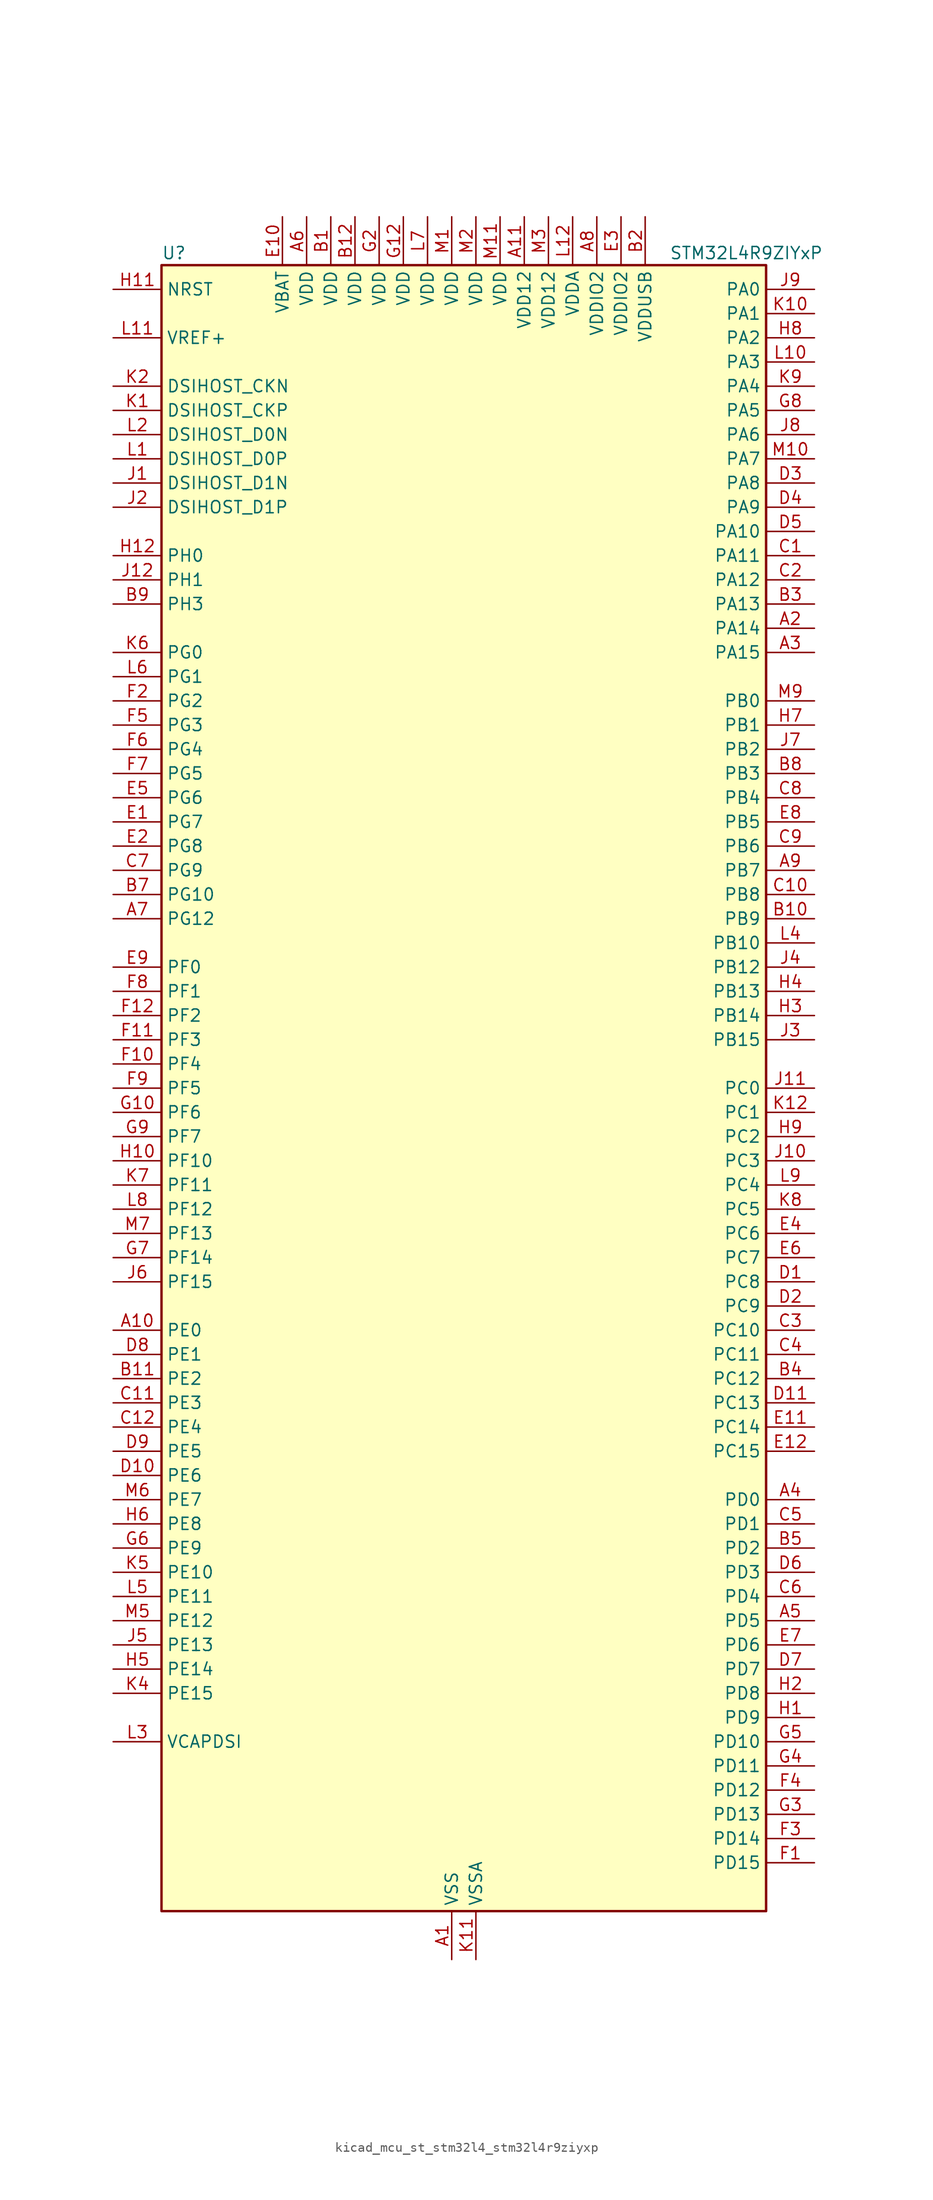
<source format=kicad_sym>
(kicad_symbol_lib
  (version 20220914)
  (generator kicad_symbol_editor)
  (symbol "kicad_mcu_st_stm32l4_stm32l4r9ziyxp"
    (property "Reference" "U"
      (at -30.48 87.63 0)
      (effects (font (size 1.27 1.27)) (justify left)))
    (property "Value" "STM32L4R9ZIYxP"
      (at 22.86 87.63 0)
      (effects (font (size 1.27 1.27)) (justify left)))
    (property "ki_locked" ""
      (at 0 0 0)
      (effects (font (size 1.27 1.27))))
    (symbol "kicad_mcu_st_stm32l4_stm32l4r9ziyxp_0_1"
      (rectangle (start -30.48 -86.36) (end 33.02 86.36) (stroke (width 0.254) (type default)) (fill (type background))))
    (symbol "kicad_mcu_st_stm32l4_stm32l4r9ziyxp_1_1"
      (pin power_in line (at 0 -91.44 90) (length 5.08) (name "VSS" (effects (font (size 1.27 1.27)))) (number "A1" (effects (font (size 1.27 1.27)))))
      (pin bidirectional line (at -35.56 -25.4 0) (length 5.08) (name "PE0" (effects (font (size 1.27 1.27)))) (number "A10" (effects (font (size 1.27 1.27)))) (alternate "DCMI_D2" bidirectional line) (alternate "FMC_NBL0" bidirectional line) (alternate "LTDC_HSYNC" bidirectional line) (alternate "TIM16_CH1" bidirectional line) (alternate "TIM4_ETR" bidirectional line))
      (pin power_in line (at 7.62 91.44 270) (length 5.08) (name "VDD12" (effects (font (size 1.27 1.27)))) (number "A11" (effects (font (size 1.27 1.27)))))
      (pin passive line (at 0 -91.44 90) (length 5.08) hide (name "VSS" (effects (font (size 1.27 1.27)))) (number "A12" (effects (font (size 1.27 1.27)))))
      (pin bidirectional line (at 38.1 48.26 180) (length 5.08) (name "PA14" (effects (font (size 1.27 1.27)))) (number "A2" (effects (font (size 1.27 1.27)))) (alternate "I2C1_SMBA" bidirectional line) (alternate "I2C4_SMBA" bidirectional line) (alternate "LPTIM1_OUT" bidirectional line) (alternate "SAI1_FS_B" bidirectional line) (alternate "SYS_JTCK-SWCLK" bidirectional line) (alternate "USB_OTG_FS_SOF" bidirectional line))
      (pin bidirectional line (at 38.1 45.72 180) (length 5.08) (name "PA15" (effects (font (size 1.27 1.27)))) (number "A3" (effects (font (size 1.27 1.27)))) (alternate "ADC1_EXTI15" bidirectional line) (alternate "SAI2_FS_B" bidirectional line) (alternate "SPI1_NSS" bidirectional line) (alternate "SPI3_NSS" bidirectional line) (alternate "SYS_JTDI" bidirectional line) (alternate "TIM2_CH1" bidirectional line) (alternate "TIM2_ETR" bidirectional line) (alternate "TSC_G3_IO1" bidirectional line) (alternate "UART4_DE" bidirectional line) (alternate "UART4_RTS" bidirectional line) (alternate "USART2_RX" bidirectional line) (alternate "USART3_DE" bidirectional line) (alternate "USART3_RTS" bidirectional line))
      (pin bidirectional line (at 38.1 -43.18 180) (length 5.08) (name "PD0" (effects (font (size 1.27 1.27)))) (number "A4" (effects (font (size 1.27 1.27)))) (alternate "CAN1_RX" bidirectional line) (alternate "DFSDM1_DATIN7" bidirectional line) (alternate "FMC_D2" bidirectional line) (alternate "FMC_DA2" bidirectional line) (alternate "LTDC_B4" bidirectional line) (alternate "SPI2_NSS" bidirectional line))
      (pin bidirectional line (at 38.1 -55.88 180) (length 5.08) (name "PD5" (effects (font (size 1.27 1.27)))) (number "A5" (effects (font (size 1.27 1.27)))) (alternate "FMC_NWE" bidirectional line) (alternate "OCTOSPIM_P1_IO5" bidirectional line) (alternate "USART2_TX" bidirectional line))
      (pin power_in line (at -15.24 91.44 270) (length 5.08) (name "VDD" (effects (font (size 1.27 1.27)))) (number "A6" (effects (font (size 1.27 1.27)))))
      (pin bidirectional line (at -35.56 17.78 0) (length 5.08) (name "PG12" (effects (font (size 1.27 1.27)))) (number "A7" (effects (font (size 1.27 1.27)))) (alternate "FMC_NE4" bidirectional line) (alternate "LPTIM1_ETR" bidirectional line) (alternate "OCTOSPIM_P2_NCS" bidirectional line) (alternate "SAI2_SD_A" bidirectional line) (alternate "SPI3_NSS" bidirectional line) (alternate "USART1_DE" bidirectional line) (alternate "USART1_RTS" bidirectional line))
      (pin power_in line (at 15.24 91.44 270) (length 5.08) (name "VDDIO2" (effects (font (size 1.27 1.27)))) (number "A8" (effects (font (size 1.27 1.27)))))
      (pin bidirectional line (at 38.1 22.86 180) (length 5.08) (name "PB7" (effects (font (size 1.27 1.27)))) (number "A9" (effects (font (size 1.27 1.27)))) (alternate "COMP2_INM" bidirectional line) (alternate "DCMI_VSYNC" bidirectional line) (alternate "DFSDM1_CKIN5" bidirectional line) (alternate "DSIHOST_TE" bidirectional line) (alternate "FMC_NL" bidirectional line) (alternate "I2C1_SDA" bidirectional line) (alternate "I2C4_SDA" bidirectional line) (alternate "LPTIM1_IN2" bidirectional line) (alternate "SYS_PVD_IN" bidirectional line) (alternate "TIM17_CH1N" bidirectional line) (alternate "TIM4_CH2" bidirectional line) (alternate "TIM8_BKIN" bidirectional line) (alternate "TSC_G2_IO4" bidirectional line) (alternate "UART4_CTS" bidirectional line) (alternate "USART1_RX" bidirectional line))
      (pin power_in line (at -12.7 91.44 270) (length 5.08) (name "VDD" (effects (font (size 1.27 1.27)))) (number "B1" (effects (font (size 1.27 1.27)))))
      (pin bidirectional line (at 38.1 17.78 180) (length 5.08) (name "PB9" (effects (font (size 1.27 1.27)))) (number "B10" (effects (font (size 1.27 1.27)))) (alternate "CAN1_TX" bidirectional line) (alternate "DAC1_EXTI9" bidirectional line) (alternate "DCMI_D7" bidirectional line) (alternate "DFSDM1_CKIN6" bidirectional line) (alternate "I2C1_SDA" bidirectional line) (alternate "IR_OUT" bidirectional line) (alternate "SAI1_D2" bidirectional line) (alternate "SAI1_FS_A" bidirectional line) (alternate "SDMMC1_CDIR" bidirectional line) (alternate "SDMMC1_D5" bidirectional line) (alternate "SPI2_NSS" bidirectional line) (alternate "TIM17_CH1" bidirectional line) (alternate "TIM4_CH4" bidirectional line))
      (pin bidirectional line (at -35.56 -30.48 0) (length 5.08) (name "PE2" (effects (font (size 1.27 1.27)))) (number "B11" (effects (font (size 1.27 1.27)))) (alternate "FMC_A23" bidirectional line) (alternate "LTDC_R0" bidirectional line) (alternate "SAI1_CK1" bidirectional line) (alternate "SAI1_MCLK_A" bidirectional line) (alternate "SYS_TRACECLK" bidirectional line) (alternate "TIM3_ETR" bidirectional line) (alternate "TSC_G7_IO1" bidirectional line))
      (pin power_in line (at -10.16 91.44 270) (length 5.08) (name "VDD" (effects (font (size 1.27 1.27)))) (number "B12" (effects (font (size 1.27 1.27)))))
      (pin power_in line (at 20.32 91.44 270) (length 5.08) (name "VDDUSB" (effects (font (size 1.27 1.27)))) (number "B2" (effects (font (size 1.27 1.27)))))
      (pin bidirectional line (at 38.1 50.8 180) (length 5.08) (name "PA13" (effects (font (size 1.27 1.27)))) (number "B3" (effects (font (size 1.27 1.27)))) (alternate "IR_OUT" bidirectional line) (alternate "SAI1_SD_B" bidirectional line) (alternate "SYS_JTMS-SWDIO" bidirectional line) (alternate "USB_OTG_FS_NOE" bidirectional line))
      (pin bidirectional line (at 38.1 -30.48 180) (length 5.08) (name "PC12" (effects (font (size 1.27 1.27)))) (number "B4" (effects (font (size 1.27 1.27)))) (alternate "DCMI_D9" bidirectional line) (alternate "SAI2_SD_B" bidirectional line) (alternate "SDMMC1_CK" bidirectional line) (alternate "SPI3_MOSI" bidirectional line) (alternate "SYS_TRACED3" bidirectional line) (alternate "TSC_G3_IO4" bidirectional line) (alternate "UART5_TX" bidirectional line) (alternate "USART3_CK" bidirectional line))
      (pin bidirectional line (at 38.1 -48.26 180) (length 5.08) (name "PD2" (effects (font (size 1.27 1.27)))) (number "B5" (effects (font (size 1.27 1.27)))) (alternate "DCMI_D11" bidirectional line) (alternate "SDMMC1_CMD" bidirectional line) (alternate "SYS_TRACED2" bidirectional line) (alternate "TIM3_ETR" bidirectional line) (alternate "TSC_SYNC" bidirectional line) (alternate "UART5_RX" bidirectional line) (alternate "USART3_DE" bidirectional line) (alternate "USART3_RTS" bidirectional line))
      (pin passive line (at 0 -91.44 90) (length 5.08) hide (name "VSS" (effects (font (size 1.27 1.27)))) (number "B6" (effects (font (size 1.27 1.27)))))
      (pin bidirectional line (at -35.56 20.32 0) (length 5.08) (name "PG10" (effects (font (size 1.27 1.27)))) (number "B7" (effects (font (size 1.27 1.27)))) (alternate "FMC_NE3" bidirectional line) (alternate "LPTIM1_IN1" bidirectional line) (alternate "OCTOSPIM_P2_IO7" bidirectional line) (alternate "SAI2_FS_A" bidirectional line) (alternate "SPI3_MISO" bidirectional line) (alternate "TIM15_CH1" bidirectional line) (alternate "USART1_RX" bidirectional line))
      (pin bidirectional line (at 38.1 33.02 180) (length 5.08) (name "PB3" (effects (font (size 1.27 1.27)))) (number "B8" (effects (font (size 1.27 1.27)))) (alternate "COMP2_INM" bidirectional line) (alternate "CRS_SYNC" bidirectional line) (alternate "SAI1_SCK_B" bidirectional line) (alternate "SPI1_SCK" bidirectional line) (alternate "SPI3_SCK" bidirectional line) (alternate "SYS_JTDO-SWO" bidirectional line) (alternate "TIM2_CH2" bidirectional line) (alternate "USART1_DE" bidirectional line) (alternate "USART1_RTS" bidirectional line))
      (pin bidirectional line (at -35.56 50.8 0) (length 5.08) (name "PH3" (effects (font (size 1.27 1.27)))) (number "B9" (effects (font (size 1.27 1.27)))))
      (pin bidirectional line (at 38.1 55.88 180) (length 5.08) (name "PA11" (effects (font (size 1.27 1.27)))) (number "C1" (effects (font (size 1.27 1.27)))) (alternate "ADC1_EXTI11" bidirectional line) (alternate "CAN1_RX" bidirectional line) (alternate "SPI1_MISO" bidirectional line) (alternate "TIM1_BKIN2" bidirectional line) (alternate "TIM1_CH4" bidirectional line) (alternate "USART1_CTS" bidirectional line) (alternate "USART1_NSS" bidirectional line) (alternate "USB_OTG_FS_DM" bidirectional line))
      (pin bidirectional line (at 38.1 20.32 180) (length 5.08) (name "PB8" (effects (font (size 1.27 1.27)))) (number "C10" (effects (font (size 1.27 1.27)))) (alternate "CAN1_RX" bidirectional line) (alternate "DCMI_D6" bidirectional line) (alternate "DFSDM1_CKOUT" bidirectional line) (alternate "DFSDM1_DATIN6" bidirectional line) (alternate "I2C1_SCL" bidirectional line) (alternate "LTDC_B1" bidirectional line) (alternate "SAI1_CK1" bidirectional line) (alternate "SAI1_MCLK_A" bidirectional line) (alternate "SDMMC1_CKIN" bidirectional line) (alternate "SDMMC1_D4" bidirectional line) (alternate "TIM16_CH1" bidirectional line) (alternate "TIM4_CH3" bidirectional line))
      (pin bidirectional line (at -35.56 -33.02 0) (length 5.08) (name "PE3" (effects (font (size 1.27 1.27)))) (number "C11" (effects (font (size 1.27 1.27)))) (alternate "FMC_A19" bidirectional line) (alternate "LTDC_R1" bidirectional line) (alternate "OCTOSPIM_P1_DQS" bidirectional line) (alternate "SAI1_SD_B" bidirectional line) (alternate "SYS_TRACED0" bidirectional line) (alternate "TIM3_CH1" bidirectional line) (alternate "TSC_G7_IO2" bidirectional line))
      (pin bidirectional line (at -35.56 -35.56 0) (length 5.08) (name "PE4" (effects (font (size 1.27 1.27)))) (number "C12" (effects (font (size 1.27 1.27)))) (alternate "DCMI_D4" bidirectional line) (alternate "DFSDM1_DATIN3" bidirectional line) (alternate "FMC_A20" bidirectional line) (alternate "LTDC_B0" bidirectional line) (alternate "SAI1_D2" bidirectional line) (alternate "SAI1_FS_A" bidirectional line) (alternate "SYS_TRACED1" bidirectional line) (alternate "TIM3_CH2" bidirectional line) (alternate "TSC_G7_IO3" bidirectional line))
      (pin bidirectional line (at 38.1 53.34 180) (length 5.08) (name "PA12" (effects (font (size 1.27 1.27)))) (number "C2" (effects (font (size 1.27 1.27)))) (alternate "CAN1_TX" bidirectional line) (alternate "SPI1_MOSI" bidirectional line) (alternate "TIM1_ETR" bidirectional line) (alternate "USART1_DE" bidirectional line) (alternate "USART1_RTS" bidirectional line) (alternate "USB_OTG_FS_DP" bidirectional line))
      (pin bidirectional line (at 38.1 -25.4 180) (length 5.08) (name "PC10" (effects (font (size 1.27 1.27)))) (number "C3" (effects (font (size 1.27 1.27)))) (alternate "DCMI_D8" bidirectional line) (alternate "SAI2_SCK_B" bidirectional line) (alternate "SDMMC1_D2" bidirectional line) (alternate "SPI3_SCK" bidirectional line) (alternate "SYS_TRACED1" bidirectional line) (alternate "TSC_G3_IO2" bidirectional line) (alternate "UART4_TX" bidirectional line) (alternate "USART3_TX" bidirectional line))
      (pin bidirectional line (at 38.1 -27.94 180) (length 5.08) (name "PC11" (effects (font (size 1.27 1.27)))) (number "C4" (effects (font (size 1.27 1.27)))) (alternate "ADC1_EXTI11" bidirectional line) (alternate "DCMI_D2" bidirectional line) (alternate "DCMI_D4" bidirectional line) (alternate "OCTOSPIM_P1_NCS" bidirectional line) (alternate "SAI2_MCLK_B" bidirectional line) (alternate "SDMMC1_D3" bidirectional line) (alternate "SPI3_MISO" bidirectional line) (alternate "TSC_G3_IO3" bidirectional line) (alternate "UART4_RX" bidirectional line) (alternate "USART3_RX" bidirectional line))
      (pin bidirectional line (at 38.1 -45.72 180) (length 5.08) (name "PD1" (effects (font (size 1.27 1.27)))) (number "C5" (effects (font (size 1.27 1.27)))) (alternate "CAN1_TX" bidirectional line) (alternate "DFSDM1_CKIN7" bidirectional line) (alternate "FMC_D3" bidirectional line) (alternate "FMC_DA3" bidirectional line) (alternate "LTDC_B5" bidirectional line) (alternate "SPI2_SCK" bidirectional line))
      (pin bidirectional line (at 38.1 -53.34 180) (length 5.08) (name "PD4" (effects (font (size 1.27 1.27)))) (number "C6" (effects (font (size 1.27 1.27)))) (alternate "DFSDM1_CKIN0" bidirectional line) (alternate "FMC_NOE" bidirectional line) (alternate "OCTOSPIM_P1_IO4" bidirectional line) (alternate "SPI2_MOSI" bidirectional line) (alternate "USART2_DE" bidirectional line) (alternate "USART2_RTS" bidirectional line))
      (pin bidirectional line (at -35.56 22.86 0) (length 5.08) (name "PG9" (effects (font (size 1.27 1.27)))) (number "C7" (effects (font (size 1.27 1.27)))) (alternate "DAC1_EXTI9" bidirectional line) (alternate "FMC_NCE" bidirectional line) (alternate "FMC_NE2" bidirectional line) (alternate "OCTOSPIM_P2_IO6" bidirectional line) (alternate "SAI2_SCK_A" bidirectional line) (alternate "SPI3_SCK" bidirectional line) (alternate "TIM15_CH1N" bidirectional line) (alternate "USART1_TX" bidirectional line))
      (pin bidirectional line (at 38.1 30.48 180) (length 5.08) (name "PB4" (effects (font (size 1.27 1.27)))) (number "C8" (effects (font (size 1.27 1.27)))) (alternate "COMP2_INP" bidirectional line) (alternate "DCMI_D12" bidirectional line) (alternate "I2C3_SDA" bidirectional line) (alternate "SAI1_MCLK_B" bidirectional line) (alternate "SPI1_MISO" bidirectional line) (alternate "SPI3_MISO" bidirectional line) (alternate "SYS_JTRST" bidirectional line) (alternate "TIM17_BKIN" bidirectional line) (alternate "TIM3_CH1" bidirectional line) (alternate "TSC_G2_IO1" bidirectional line) (alternate "UART5_DE" bidirectional line) (alternate "UART5_RTS" bidirectional line) (alternate "USART1_CTS" bidirectional line) (alternate "USART1_NSS" bidirectional line))
      (pin bidirectional line (at 38.1 25.4 180) (length 5.08) (name "PB6" (effects (font (size 1.27 1.27)))) (number "C9" (effects (font (size 1.27 1.27)))) (alternate "COMP2_INP" bidirectional line) (alternate "DCMI_D5" bidirectional line) (alternate "DFSDM1_DATIN5" bidirectional line) (alternate "I2C1_SCL" bidirectional line) (alternate "I2C4_SCL" bidirectional line) (alternate "LPTIM1_ETR" bidirectional line) (alternate "SAI1_FS_B" bidirectional line) (alternate "TIM16_CH1N" bidirectional line) (alternate "TIM4_CH1" bidirectional line) (alternate "TIM8_BKIN2" bidirectional line) (alternate "TSC_G2_IO3" bidirectional line) (alternate "USART1_TX" bidirectional line))
      (pin bidirectional line (at 38.1 -20.32 180) (length 5.08) (name "PC8" (effects (font (size 1.27 1.27)))) (number "D1" (effects (font (size 1.27 1.27)))) (alternate "DCMI_D2" bidirectional line) (alternate "SDMMC1_D0" bidirectional line) (alternate "TIM3_CH3" bidirectional line) (alternate "TIM8_CH3" bidirectional line) (alternate "TSC_G4_IO3" bidirectional line))
      (pin bidirectional line (at -35.56 -40.64 0) (length 5.08) (name "PE6" (effects (font (size 1.27 1.27)))) (number "D10" (effects (font (size 1.27 1.27)))) (alternate "DCMI_D7" bidirectional line) (alternate "FMC_A22" bidirectional line) (alternate "LTDC_G1" bidirectional line) (alternate "RTC_TAMP3" bidirectional line) (alternate "SAI1_D1" bidirectional line) (alternate "SAI1_SD_A" bidirectional line) (alternate "SYS_TRACED3" bidirectional line) (alternate "SYS_WKUP3" bidirectional line) (alternate "TIM3_CH4" bidirectional line))
      (pin bidirectional line (at 38.1 -33.02 180) (length 5.08) (name "PC13" (effects (font (size 1.27 1.27)))) (number "D11" (effects (font (size 1.27 1.27)))) (alternate "RTC_OUT_ALARM" bidirectional line) (alternate "RTC_OUT_CALIB" bidirectional line) (alternate "RTC_TAMP1" bidirectional line) (alternate "RTC_TS" bidirectional line) (alternate "SYS_WKUP2" bidirectional line))
      (pin passive line (at 0 -91.44 90) (length 5.08) hide (name "VSS" (effects (font (size 1.27 1.27)))) (number "D12" (effects (font (size 1.27 1.27)))))
      (pin bidirectional line (at 38.1 -22.86 180) (length 5.08) (name "PC9" (effects (font (size 1.27 1.27)))) (number "D2" (effects (font (size 1.27 1.27)))) (alternate "DAC1_EXTI9" bidirectional line) (alternate "DCMI_D3" bidirectional line) (alternate "I2C3_SDA" bidirectional line) (alternate "SAI2_EXTCLK" bidirectional line) (alternate "SDMMC1_D1" bidirectional line) (alternate "SYS_TRACED0" bidirectional line) (alternate "TIM3_CH4" bidirectional line) (alternate "TIM8_BKIN2" bidirectional line) (alternate "TIM8_CH4" bidirectional line) (alternate "TSC_G4_IO4" bidirectional line) (alternate "USB_OTG_FS_NOE" bidirectional line))
      (pin bidirectional line (at 38.1 63.5 180) (length 5.08) (name "PA8" (effects (font (size 1.27 1.27)))) (number "D3" (effects (font (size 1.27 1.27)))) (alternate "LPTIM2_OUT" bidirectional line) (alternate "RCC_MCO" bidirectional line) (alternate "SAI1_CK2" bidirectional line) (alternate "SAI1_SCK_A" bidirectional line) (alternate "TIM1_CH1" bidirectional line) (alternate "USART1_CK" bidirectional line) (alternate "USB_OTG_FS_SOF" bidirectional line))
      (pin bidirectional line (at 38.1 60.96 180) (length 5.08) (name "PA9" (effects (font (size 1.27 1.27)))) (number "D4" (effects (font (size 1.27 1.27)))) (alternate "DAC1_EXTI9" bidirectional line) (alternate "DCMI_D0" bidirectional line) (alternate "SAI1_FS_A" bidirectional line) (alternate "SPI2_SCK" bidirectional line) (alternate "TIM15_BKIN" bidirectional line) (alternate "TIM1_CH2" bidirectional line) (alternate "USART1_TX" bidirectional line) (alternate "USB_OTG_FS_VBUS" bidirectional line))
      (pin bidirectional line (at 38.1 58.42 180) (length 5.08) (name "PA10" (effects (font (size 1.27 1.27)))) (number "D5" (effects (font (size 1.27 1.27)))) (alternate "DCMI_D1" bidirectional line) (alternate "SAI1_D1" bidirectional line) (alternate "SAI1_SD_A" bidirectional line) (alternate "TIM17_BKIN" bidirectional line) (alternate "TIM1_CH3" bidirectional line) (alternate "USART1_RX" bidirectional line) (alternate "USB_OTG_FS_ID" bidirectional line))
      (pin bidirectional line (at 38.1 -50.8 180) (length 5.08) (name "PD3" (effects (font (size 1.27 1.27)))) (number "D6" (effects (font (size 1.27 1.27)))) (alternate "DCMI_D5" bidirectional line) (alternate "DFSDM1_DATIN0" bidirectional line) (alternate "FMC_CLK" bidirectional line) (alternate "LTDC_CLK" bidirectional line) (alternate "OCTOSPIM_P2_NCS" bidirectional line) (alternate "SPI2_MISO" bidirectional line) (alternate "SPI2_SCK" bidirectional line) (alternate "USART2_CTS" bidirectional line) (alternate "USART2_NSS" bidirectional line))
      (pin bidirectional line (at 38.1 -60.96 180) (length 5.08) (name "PD7" (effects (font (size 1.27 1.27)))) (number "D7" (effects (font (size 1.27 1.27)))) (alternate "DFSDM1_CKIN1" bidirectional line) (alternate "FMC_NCE" bidirectional line) (alternate "FMC_NE1" bidirectional line) (alternate "OCTOSPIM_P1_IO7" bidirectional line) (alternate "USART2_CK" bidirectional line))
      (pin bidirectional line (at -35.56 -27.94 0) (length 5.08) (name "PE1" (effects (font (size 1.27 1.27)))) (number "D8" (effects (font (size 1.27 1.27)))) (alternate "DCMI_D3" bidirectional line) (alternate "FMC_NBL1" bidirectional line) (alternate "LTDC_VSYNC" bidirectional line) (alternate "TIM17_CH1" bidirectional line))
      (pin bidirectional line (at -35.56 -38.1 0) (length 5.08) (name "PE5" (effects (font (size 1.27 1.27)))) (number "D9" (effects (font (size 1.27 1.27)))) (alternate "DCMI_D6" bidirectional line) (alternate "DFSDM1_CKIN3" bidirectional line) (alternate "FMC_A21" bidirectional line) (alternate "LTDC_G0" bidirectional line) (alternate "SAI1_CK2" bidirectional line) (alternate "SAI1_SCK_A" bidirectional line) (alternate "SYS_TRACED2" bidirectional line) (alternate "TIM3_CH3" bidirectional line) (alternate "TSC_G7_IO4" bidirectional line))
      (pin bidirectional line (at -35.56 27.94 0) (length 5.08) (name "PG7" (effects (font (size 1.27 1.27)))) (number "E1" (effects (font (size 1.27 1.27)))) (alternate "DFSDM1_CKOUT" bidirectional line) (alternate "FMC_INT" bidirectional line) (alternate "I2C3_SCL" bidirectional line) (alternate "LPUART1_TX" bidirectional line) (alternate "OCTOSPIM_P2_DQS" bidirectional line) (alternate "SAI1_CK1" bidirectional line) (alternate "SAI1_MCLK_A" bidirectional line))
      (pin power_in line (at -17.78 91.44 270) (length 5.08) (name "VBAT" (effects (font (size 1.27 1.27)))) (number "E10" (effects (font (size 1.27 1.27)))))
      (pin bidirectional line (at 38.1 -35.56 180) (length 5.08) (name "PC14" (effects (font (size 1.27 1.27)))) (number "E11" (effects (font (size 1.27 1.27)))) (alternate "RCC_OSC32_IN" bidirectional line))
      (pin bidirectional line (at 38.1 -38.1 180) (length 5.08) (name "PC15" (effects (font (size 1.27 1.27)))) (number "E12" (effects (font (size 1.27 1.27)))) (alternate "ADC1_EXTI15" bidirectional line) (alternate "RCC_OSC32_OUT" bidirectional line))
      (pin bidirectional line (at -35.56 25.4 0) (length 5.08) (name "PG8" (effects (font (size 1.27 1.27)))) (number "E2" (effects (font (size 1.27 1.27)))) (alternate "I2C3_SDA" bidirectional line) (alternate "LPUART1_RX" bidirectional line))
      (pin power_in line (at 17.78 91.44 270) (length 5.08) (name "VDDIO2" (effects (font (size 1.27 1.27)))) (number "E3" (effects (font (size 1.27 1.27)))))
      (pin bidirectional line (at 38.1 -15.24 180) (length 5.08) (name "PC6" (effects (font (size 1.27 1.27)))) (number "E4" (effects (font (size 1.27 1.27)))) (alternate "DCMI_D0" bidirectional line) (alternate "DFSDM1_CKIN3" bidirectional line) (alternate "LTDC_R0" bidirectional line) (alternate "SAI2_MCLK_A" bidirectional line) (alternate "SDMMC1_D0DIR" bidirectional line) (alternate "SDMMC1_D6" bidirectional line) (alternate "TIM3_CH1" bidirectional line) (alternate "TIM8_CH1" bidirectional line) (alternate "TSC_G4_IO1" bidirectional line))
      (pin bidirectional line (at -35.56 30.48 0) (length 5.08) (name "PG6" (effects (font (size 1.27 1.27)))) (number "E5" (effects (font (size 1.27 1.27)))) (alternate "DSIHOST_TE" bidirectional line) (alternate "I2C3_SMBA" bidirectional line) (alternate "LPUART1_DE" bidirectional line) (alternate "LPUART1_RTS" bidirectional line) (alternate "LTDC_R1" bidirectional line) (alternate "OCTOSPIM_P1_DQS" bidirectional line))
      (pin bidirectional line (at 38.1 -17.78 180) (length 5.08) (name "PC7" (effects (font (size 1.27 1.27)))) (number "E6" (effects (font (size 1.27 1.27)))) (alternate "DCMI_D1" bidirectional line) (alternate "DFSDM1_DATIN3" bidirectional line) (alternate "LTDC_R1" bidirectional line) (alternate "SAI2_MCLK_B" bidirectional line) (alternate "SDMMC1_D123DIR" bidirectional line) (alternate "SDMMC1_D7" bidirectional line) (alternate "TIM3_CH2" bidirectional line) (alternate "TIM8_CH2" bidirectional line) (alternate "TSC_G4_IO2" bidirectional line))
      (pin bidirectional line (at 38.1 -58.42 180) (length 5.08) (name "PD6" (effects (font (size 1.27 1.27)))) (number "E7" (effects (font (size 1.27 1.27)))) (alternate "DCMI_D10" bidirectional line) (alternate "DFSDM1_DATIN1" bidirectional line) (alternate "FMC_NWAIT" bidirectional line) (alternate "LTDC_DE" bidirectional line) (alternate "OCTOSPIM_P1_IO6" bidirectional line) (alternate "SAI1_D1" bidirectional line) (alternate "SAI1_SD_A" bidirectional line) (alternate "SPI3_MOSI" bidirectional line) (alternate "USART2_RX" bidirectional line))
      (pin bidirectional line (at 38.1 27.94 180) (length 5.08) (name "PB5" (effects (font (size 1.27 1.27)))) (number "E8" (effects (font (size 1.27 1.27)))) (alternate "COMP2_OUT" bidirectional line) (alternate "DCMI_D10" bidirectional line) (alternate "I2C1_SMBA" bidirectional line) (alternate "LPTIM1_IN1" bidirectional line) (alternate "SAI1_SD_B" bidirectional line) (alternate "SPI1_MOSI" bidirectional line) (alternate "SPI3_MOSI" bidirectional line) (alternate "TIM16_BKIN" bidirectional line) (alternate "TIM3_CH2" bidirectional line) (alternate "TSC_G2_IO2" bidirectional line) (alternate "UART5_CTS" bidirectional line) (alternate "USART1_CK" bidirectional line))
      (pin bidirectional line (at -35.56 12.7 0) (length 5.08) (name "PF0" (effects (font (size 1.27 1.27)))) (number "E9" (effects (font (size 1.27 1.27)))) (alternate "FMC_A0" bidirectional line) (alternate "I2C2_SDA" bidirectional line) (alternate "OCTOSPIM_P2_IO0" bidirectional line))
      (pin bidirectional line (at 38.1 -81.28 180) (length 5.08) (name "PD15" (effects (font (size 1.27 1.27)))) (number "F1" (effects (font (size 1.27 1.27)))) (alternate "ADC1_EXTI15" bidirectional line) (alternate "FMC_D1" bidirectional line) (alternate "FMC_DA1" bidirectional line) (alternate "LTDC_B3" bidirectional line) (alternate "TIM4_CH4" bidirectional line))
      (pin bidirectional line (at -35.56 2.54 0) (length 5.08) (name "PF4" (effects (font (size 1.27 1.27)))) (number "F10" (effects (font (size 1.27 1.27)))) (alternate "FMC_A4" bidirectional line) (alternate "OCTOSPIM_P2_CLK" bidirectional line))
      (pin bidirectional line (at -35.56 5.08 0) (length 5.08) (name "PF3" (effects (font (size 1.27 1.27)))) (number "F11" (effects (font (size 1.27 1.27)))) (alternate "FMC_A3" bidirectional line) (alternate "OCTOSPIM_P2_IO3" bidirectional line))
      (pin bidirectional line (at -35.56 7.62 0) (length 5.08) (name "PF2" (effects (font (size 1.27 1.27)))) (number "F12" (effects (font (size 1.27 1.27)))) (alternate "FMC_A2" bidirectional line) (alternate "I2C2_SMBA" bidirectional line) (alternate "OCTOSPIM_P2_IO2" bidirectional line))
      (pin bidirectional line (at -35.56 40.64 0) (length 5.08) (name "PG2" (effects (font (size 1.27 1.27)))) (number "F2" (effects (font (size 1.27 1.27)))) (alternate "FMC_A12" bidirectional line) (alternate "SAI2_SCK_B" bidirectional line) (alternate "SPI1_SCK" bidirectional line))
      (pin bidirectional line (at 38.1 -78.74 180) (length 5.08) (name "PD14" (effects (font (size 1.27 1.27)))) (number "F3" (effects (font (size 1.27 1.27)))) (alternate "FMC_D0" bidirectional line) (alternate "FMC_DA0" bidirectional line) (alternate "LTDC_B2" bidirectional line) (alternate "TIM4_CH3" bidirectional line))
      (pin bidirectional line (at 38.1 -73.66 180) (length 5.08) (name "PD12" (effects (font (size 1.27 1.27)))) (number "F4" (effects (font (size 1.27 1.27)))) (alternate "FMC_A17" bidirectional line) (alternate "FMC_ALE" bidirectional line) (alternate "I2C4_SCL" bidirectional line) (alternate "LPTIM2_IN1" bidirectional line) (alternate "LTDC_R7" bidirectional line) (alternate "SAI2_FS_A" bidirectional line) (alternate "TIM4_CH1" bidirectional line) (alternate "TSC_G6_IO3" bidirectional line) (alternate "USART3_DE" bidirectional line) (alternate "USART3_RTS" bidirectional line))
      (pin bidirectional line (at -35.56 38.1 0) (length 5.08) (name "PG3" (effects (font (size 1.27 1.27)))) (number "F5" (effects (font (size 1.27 1.27)))) (alternate "FMC_A13" bidirectional line) (alternate "SAI2_FS_B" bidirectional line) (alternate "SPI1_MISO" bidirectional line))
      (pin bidirectional line (at -35.56 35.56 0) (length 5.08) (name "PG4" (effects (font (size 1.27 1.27)))) (number "F6" (effects (font (size 1.27 1.27)))) (alternate "FMC_A14" bidirectional line) (alternate "SAI2_MCLK_B" bidirectional line) (alternate "SPI1_MOSI" bidirectional line))
      (pin bidirectional line (at -35.56 33.02 0) (length 5.08) (name "PG5" (effects (font (size 1.27 1.27)))) (number "F7" (effects (font (size 1.27 1.27)))) (alternate "FMC_A15" bidirectional line) (alternate "LPUART1_CTS" bidirectional line) (alternate "SAI2_SD_B" bidirectional line) (alternate "SPI1_NSS" bidirectional line))
      (pin bidirectional line (at -35.56 10.16 0) (length 5.08) (name "PF1" (effects (font (size 1.27 1.27)))) (number "F8" (effects (font (size 1.27 1.27)))) (alternate "FMC_A1" bidirectional line) (alternate "I2C2_SCL" bidirectional line) (alternate "OCTOSPIM_P2_IO1" bidirectional line))
      (pin bidirectional line (at -35.56 0 0) (length 5.08) (name "PF5" (effects (font (size 1.27 1.27)))) (number "F9" (effects (font (size 1.27 1.27)))) (alternate "FMC_A5" bidirectional line))
      (pin passive line (at 0 -91.44 90) (length 5.08) hide (name "VSS" (effects (font (size 1.27 1.27)))) (number "G1" (effects (font (size 1.27 1.27)))))
      (pin bidirectional line (at -35.56 -2.54 0) (length 5.08) (name "PF6" (effects (font (size 1.27 1.27)))) (number "G10" (effects (font (size 1.27 1.27)))) (alternate "OCTOSPIM_P1_IO3" bidirectional line) (alternate "SAI1_SD_B" bidirectional line) (alternate "TIM5_CH1" bidirectional line) (alternate "TIM5_ETR" bidirectional line))
      (pin passive line (at 0 -91.44 90) (length 5.08) hide (name "VSS" (effects (font (size 1.27 1.27)))) (number "G11" (effects (font (size 1.27 1.27)))))
      (pin power_in line (at -5.08 91.44 270) (length 5.08) (name "VDD" (effects (font (size 1.27 1.27)))) (number "G12" (effects (font (size 1.27 1.27)))))
      (pin power_in line (at -7.62 91.44 270) (length 5.08) (name "VDD" (effects (font (size 1.27 1.27)))) (number "G2" (effects (font (size 1.27 1.27)))))
      (pin bidirectional line (at 38.1 -76.2 180) (length 5.08) (name "PD13" (effects (font (size 1.27 1.27)))) (number "G3" (effects (font (size 1.27 1.27)))) (alternate "FMC_A18" bidirectional line) (alternate "I2C4_SDA" bidirectional line) (alternate "LPTIM2_OUT" bidirectional line) (alternate "TIM4_CH2" bidirectional line) (alternate "TSC_G6_IO4" bidirectional line))
      (pin bidirectional line (at 38.1 -71.12 180) (length 5.08) (name "PD11" (effects (font (size 1.27 1.27)))) (number "G4" (effects (font (size 1.27 1.27)))) (alternate "ADC1_EXTI11" bidirectional line) (alternate "FMC_A16" bidirectional line) (alternate "FMC_CLE" bidirectional line) (alternate "I2C4_SMBA" bidirectional line) (alternate "LPTIM2_ETR" bidirectional line) (alternate "LTDC_R6" bidirectional line) (alternate "SAI2_SD_A" bidirectional line) (alternate "TSC_G6_IO2" bidirectional line) (alternate "USART3_CTS" bidirectional line) (alternate "USART3_NSS" bidirectional line))
      (pin bidirectional line (at 38.1 -68.58 180) (length 5.08) (name "PD10" (effects (font (size 1.27 1.27)))) (number "G5" (effects (font (size 1.27 1.27)))) (alternate "FMC_D15" bidirectional line) (alternate "FMC_DA15" bidirectional line) (alternate "LTDC_R5" bidirectional line) (alternate "SAI2_SCK_A" bidirectional line) (alternate "TSC_G6_IO1" bidirectional line) (alternate "USART3_CK" bidirectional line))
      (pin bidirectional line (at -35.56 -48.26 0) (length 5.08) (name "PE9" (effects (font (size 1.27 1.27)))) (number "G6" (effects (font (size 1.27 1.27)))) (alternate "DAC1_EXTI9" bidirectional line) (alternate "DFSDM1_CKOUT" bidirectional line) (alternate "FMC_D6" bidirectional line) (alternate "FMC_DA6" bidirectional line) (alternate "LTDC_G2" bidirectional line) (alternate "SAI1_FS_B" bidirectional line) (alternate "TIM1_CH1" bidirectional line))
      (pin bidirectional line (at -35.56 -17.78 0) (length 5.08) (name "PF14" (effects (font (size 1.27 1.27)))) (number "G7" (effects (font (size 1.27 1.27)))) (alternate "DFSDM1_CKIN6" bidirectional line) (alternate "FMC_A8" bidirectional line) (alternate "I2C4_SCL" bidirectional line) (alternate "LTDC_G0" bidirectional line) (alternate "TSC_G8_IO1" bidirectional line))
      (pin bidirectional line (at 38.1 71.12 180) (length 5.08) (name "PA5" (effects (font (size 1.27 1.27)))) (number "G8" (effects (font (size 1.27 1.27)))) (alternate "ADC1_IN10" bidirectional line) (alternate "DAC1_OUT2" bidirectional line) (alternate "LPTIM2_ETR" bidirectional line) (alternate "SPI1_SCK" bidirectional line) (alternate "TIM2_CH1" bidirectional line) (alternate "TIM2_ETR" bidirectional line) (alternate "TIM8_CH1N" bidirectional line))
      (pin bidirectional line (at -35.56 -5.08 0) (length 5.08) (name "PF7" (effects (font (size 1.27 1.27)))) (number "G9" (effects (font (size 1.27 1.27)))) (alternate "OCTOSPIM_P1_IO2" bidirectional line) (alternate "SAI1_MCLK_B" bidirectional line) (alternate "TIM5_CH2" bidirectional line))
      (pin bidirectional line (at 38.1 -66.04 180) (length 5.08) (name "PD9" (effects (font (size 1.27 1.27)))) (number "H1" (effects (font (size 1.27 1.27)))) (alternate "DAC1_EXTI9" bidirectional line) (alternate "DCMI_PIXCLK" bidirectional line) (alternate "FMC_D14" bidirectional line) (alternate "FMC_DA14" bidirectional line) (alternate "LTDC_R4" bidirectional line) (alternate "SAI2_MCLK_A" bidirectional line) (alternate "USART3_RX" bidirectional line))
      (pin bidirectional line (at -35.56 -7.62 0) (length 5.08) (name "PF10" (effects (font (size 1.27 1.27)))) (number "H10" (effects (font (size 1.27 1.27)))) (alternate "DCMI_D11" bidirectional line) (alternate "DFSDM1_CKOUT" bidirectional line) (alternate "OCTOSPIM_P1_CLK" bidirectional line) (alternate "SAI1_D3" bidirectional line) (alternate "TIM15_CH2" bidirectional line))
      (pin input line (at -35.56 83.82 0) (length 5.08) (name "NRST" (effects (font (size 1.27 1.27)))) (number "H11" (effects (font (size 1.27 1.27)))))
      (pin bidirectional line (at -35.56 55.88 0) (length 5.08) (name "PH0" (effects (font (size 1.27 1.27)))) (number "H12" (effects (font (size 1.27 1.27)))) (alternate "RCC_OSC_IN" bidirectional line))
      (pin bidirectional line (at 38.1 -63.5 180) (length 5.08) (name "PD8" (effects (font (size 1.27 1.27)))) (number "H2" (effects (font (size 1.27 1.27)))) (alternate "DCMI_HSYNC" bidirectional line) (alternate "FMC_D13" bidirectional line) (alternate "FMC_DA13" bidirectional line) (alternate "LTDC_R3" bidirectional line) (alternate "USART3_TX" bidirectional line))
      (pin bidirectional line (at 38.1 7.62 180) (length 5.08) (name "PB14" (effects (font (size 1.27 1.27)))) (number "H3" (effects (font (size 1.27 1.27)))) (alternate "DFSDM1_DATIN2" bidirectional line) (alternate "I2C2_SDA" bidirectional line) (alternate "SAI2_MCLK_A" bidirectional line) (alternate "SPI2_MISO" bidirectional line) (alternate "TIM15_CH1" bidirectional line) (alternate "TIM1_CH2N" bidirectional line) (alternate "TIM8_CH2N" bidirectional line) (alternate "TSC_G1_IO3" bidirectional line) (alternate "USART3_DE" bidirectional line) (alternate "USART3_RTS" bidirectional line))
      (pin bidirectional line (at 38.1 10.16 180) (length 5.08) (name "PB13" (effects (font (size 1.27 1.27)))) (number "H4" (effects (font (size 1.27 1.27)))) (alternate "DFSDM1_CKIN1" bidirectional line) (alternate "I2C2_SCL" bidirectional line) (alternate "LPUART1_CTS" bidirectional line) (alternate "SAI2_SCK_A" bidirectional line) (alternate "SPI2_SCK" bidirectional line) (alternate "TIM15_CH1N" bidirectional line) (alternate "TIM1_CH1N" bidirectional line) (alternate "TSC_G1_IO2" bidirectional line) (alternate "USART3_CTS" bidirectional line) (alternate "USART3_NSS" bidirectional line))
      (pin bidirectional line (at -35.56 -60.96 0) (length 5.08) (name "PE14" (effects (font (size 1.27 1.27)))) (number "H5" (effects (font (size 1.27 1.27)))) (alternate "FMC_D11" bidirectional line) (alternate "FMC_DA11" bidirectional line) (alternate "LTDC_G7" bidirectional line) (alternate "OCTOSPIM_P1_IO2" bidirectional line) (alternate "SPI1_MISO" bidirectional line) (alternate "TIM1_BKIN2" bidirectional line) (alternate "TIM1_CH4" bidirectional line))
      (pin bidirectional line (at -35.56 -45.72 0) (length 5.08) (name "PE8" (effects (font (size 1.27 1.27)))) (number "H6" (effects (font (size 1.27 1.27)))) (alternate "DFSDM1_CKIN2" bidirectional line) (alternate "FMC_D5" bidirectional line) (alternate "FMC_DA5" bidirectional line) (alternate "LTDC_B7" bidirectional line) (alternate "SAI1_SCK_B" bidirectional line) (alternate "TIM1_CH1N" bidirectional line))
      (pin bidirectional line (at 38.1 38.1 180) (length 5.08) (name "PB1" (effects (font (size 1.27 1.27)))) (number "H7" (effects (font (size 1.27 1.27)))) (alternate "ADC1_IN16" bidirectional line) (alternate "COMP1_INM" bidirectional line) (alternate "DFSDM1_DATIN0" bidirectional line) (alternate "LPTIM2_IN1" bidirectional line) (alternate "LPUART1_DE" bidirectional line) (alternate "LPUART1_RTS" bidirectional line) (alternate "OCTOSPIM_P1_IO0" bidirectional line) (alternate "TIM1_CH3N" bidirectional line) (alternate "TIM3_CH4" bidirectional line) (alternate "TIM8_CH3N" bidirectional line) (alternate "USART3_DE" bidirectional line) (alternate "USART3_RTS" bidirectional line))
      (pin bidirectional line (at 38.1 78.74 180) (length 5.08) (name "PA2" (effects (font (size 1.27 1.27)))) (number "H8" (effects (font (size 1.27 1.27)))) (alternate "ADC1_IN7" bidirectional line) (alternate "LPUART1_TX" bidirectional line) (alternate "OCTOSPIM_P1_NCS" bidirectional line) (alternate "RCC_LSCO" bidirectional line) (alternate "SAI2_EXTCLK" bidirectional line) (alternate "SYS_WKUP4" bidirectional line) (alternate "TIM15_CH1" bidirectional line) (alternate "TIM2_CH3" bidirectional line) (alternate "TIM5_CH3" bidirectional line) (alternate "USART2_TX" bidirectional line))
      (pin bidirectional line (at 38.1 -5.08 180) (length 5.08) (name "PC2" (effects (font (size 1.27 1.27)))) (number "H9" (effects (font (size 1.27 1.27)))) (alternate "ADC1_IN3" bidirectional line) (alternate "DFSDM1_CKOUT" bidirectional line) (alternate "LPTIM1_IN2" bidirectional line) (alternate "OCTOSPIM_P1_IO5" bidirectional line) (alternate "SPI2_MISO" bidirectional line))
      (pin bidirectional line (at -35.56 63.5 0) (length 5.08) (name "DSIHOST_D1N" (effects (font (size 1.27 1.27)))) (number "J1" (effects (font (size 1.27 1.27)))) (alternate "DSIHOST_D1N" bidirectional line))
      (pin bidirectional line (at 38.1 -7.62 180) (length 5.08) (name "PC3" (effects (font (size 1.27 1.27)))) (number "J10" (effects (font (size 1.27 1.27)))) (alternate "ADC1_IN4" bidirectional line) (alternate "LPTIM1_ETR" bidirectional line) (alternate "LPTIM2_ETR" bidirectional line) (alternate "OCTOSPIM_P1_IO6" bidirectional line) (alternate "SAI1_D1" bidirectional line) (alternate "SAI1_SD_A" bidirectional line) (alternate "SPI2_MOSI" bidirectional line))
      (pin bidirectional line (at 38.1 0 180) (length 5.08) (name "PC0" (effects (font (size 1.27 1.27)))) (number "J11" (effects (font (size 1.27 1.27)))) (alternate "ADC1_IN1" bidirectional line) (alternate "DFSDM1_DATIN4" bidirectional line) (alternate "I2C3_SCL" bidirectional line) (alternate "LPTIM1_IN1" bidirectional line) (alternate "LPTIM2_IN1" bidirectional line) (alternate "LPUART1_RX" bidirectional line) (alternate "SAI2_FS_A" bidirectional line))
      (pin bidirectional line (at -35.56 53.34 0) (length 5.08) (name "PH1" (effects (font (size 1.27 1.27)))) (number "J12" (effects (font (size 1.27 1.27)))) (alternate "RCC_OSC_OUT" bidirectional line))
      (pin bidirectional line (at -35.56 60.96 0) (length 5.08) (name "DSIHOST_D1P" (effects (font (size 1.27 1.27)))) (number "J2" (effects (font (size 1.27 1.27)))) (alternate "DSIHOST_D1P" bidirectional line))
      (pin bidirectional line (at 38.1 5.08 180) (length 5.08) (name "PB15" (effects (font (size 1.27 1.27)))) (number "J3" (effects (font (size 1.27 1.27)))) (alternate "ADC1_EXTI15" bidirectional line) (alternate "DFSDM1_CKIN2" bidirectional line) (alternate "RTC_REFIN" bidirectional line) (alternate "SAI2_SD_A" bidirectional line) (alternate "SPI2_MOSI" bidirectional line) (alternate "TIM15_CH2" bidirectional line) (alternate "TIM1_CH3N" bidirectional line) (alternate "TIM8_CH3N" bidirectional line) (alternate "TSC_G1_IO4" bidirectional line))
      (pin bidirectional line (at 38.1 12.7 180) (length 5.08) (name "PB12" (effects (font (size 1.27 1.27)))) (number "J4" (effects (font (size 1.27 1.27)))) (alternate "DFSDM1_DATIN1" bidirectional line) (alternate "I2C2_SMBA" bidirectional line) (alternate "LPUART1_DE" bidirectional line) (alternate "LPUART1_RTS" bidirectional line) (alternate "SAI2_FS_A" bidirectional line) (alternate "SPI2_NSS" bidirectional line) (alternate "TIM15_BKIN" bidirectional line) (alternate "TIM1_BKIN" bidirectional line) (alternate "TSC_G1_IO1" bidirectional line) (alternate "USART3_CK" bidirectional line))
      (pin bidirectional line (at -35.56 -58.42 0) (length 5.08) (name "PE13" (effects (font (size 1.27 1.27)))) (number "J5" (effects (font (size 1.27 1.27)))) (alternate "DFSDM1_CKIN5" bidirectional line) (alternate "FMC_D10" bidirectional line) (alternate "FMC_DA10" bidirectional line) (alternate "LTDC_G6" bidirectional line) (alternate "OCTOSPIM_P1_IO1" bidirectional line) (alternate "SPI1_SCK" bidirectional line) (alternate "TIM1_CH3" bidirectional line) (alternate "TSC_G5_IO4" bidirectional line))
      (pin bidirectional line (at -35.56 -20.32 0) (length 5.08) (name "PF15" (effects (font (size 1.27 1.27)))) (number "J6" (effects (font (size 1.27 1.27)))) (alternate "ADC1_EXTI15" bidirectional line) (alternate "FMC_A9" bidirectional line) (alternate "I2C4_SDA" bidirectional line) (alternate "LTDC_G1" bidirectional line) (alternate "TSC_G8_IO2" bidirectional line))
      (pin bidirectional line (at 38.1 35.56 180) (length 5.08) (name "PB2" (effects (font (size 1.27 1.27)))) (number "J7" (effects (font (size 1.27 1.27)))) (alternate "COMP1_INP" bidirectional line) (alternate "DFSDM1_CKIN0" bidirectional line) (alternate "I2C3_SMBA" bidirectional line) (alternate "LPTIM1_OUT" bidirectional line) (alternate "LTDC_B1" bidirectional line) (alternate "OCTOSPIM_P1_DQS" bidirectional line) (alternate "RTC_OUT_ALARM" bidirectional line) (alternate "RTC_OUT_CALIB" bidirectional line))
      (pin bidirectional line (at 38.1 68.58 180) (length 5.08) (name "PA6" (effects (font (size 1.27 1.27)))) (number "J8" (effects (font (size 1.27 1.27)))) (alternate "ADC1_IN11" bidirectional line) (alternate "DCMI_PIXCLK" bidirectional line) (alternate "LPUART1_CTS" bidirectional line) (alternate "OCTOSPIM_P1_IO3" bidirectional line) (alternate "OPAMP2_VINP" bidirectional line) (alternate "SPI1_MISO" bidirectional line) (alternate "TIM16_CH1" bidirectional line) (alternate "TIM1_BKIN" bidirectional line) (alternate "TIM3_CH1" bidirectional line) (alternate "TIM8_BKIN" bidirectional line) (alternate "USART3_CTS" bidirectional line) (alternate "USART3_NSS" bidirectional line))
      (pin bidirectional line (at 38.1 83.82 180) (length 5.08) (name "PA0" (effects (font (size 1.27 1.27)))) (number "J9" (effects (font (size 1.27 1.27)))) (alternate "ADC1_IN5" bidirectional line) (alternate "OPAMP1_VINP" bidirectional line) (alternate "RTC_TAMP2" bidirectional line) (alternate "SAI1_EXTCLK" bidirectional line) (alternate "SYS_WKUP1" bidirectional line) (alternate "TIM2_CH1" bidirectional line) (alternate "TIM2_ETR" bidirectional line) (alternate "TIM5_CH1" bidirectional line) (alternate "TIM8_ETR" bidirectional line) (alternate "UART4_TX" bidirectional line) (alternate "USART2_CTS" bidirectional line) (alternate "USART2_NSS" bidirectional line))
      (pin bidirectional line (at -35.56 71.12 0) (length 5.08) (name "DSIHOST_CKP" (effects (font (size 1.27 1.27)))) (number "K1" (effects (font (size 1.27 1.27)))) (alternate "DSIHOST_CKP" bidirectional line))
      (pin bidirectional line (at 38.1 81.28 180) (length 5.08) (name "PA1" (effects (font (size 1.27 1.27)))) (number "K10" (effects (font (size 1.27 1.27)))) (alternate "ADC1_IN6" bidirectional line) (alternate "I2C1_SMBA" bidirectional line) (alternate "OCTOSPIM_P1_DQS" bidirectional line) (alternate "OPAMP1_VINM" bidirectional line) (alternate "SPI1_SCK" bidirectional line) (alternate "TIM15_CH1N" bidirectional line) (alternate "TIM2_CH2" bidirectional line) (alternate "TIM5_CH2" bidirectional line) (alternate "UART4_RX" bidirectional line) (alternate "USART2_DE" bidirectional line) (alternate "USART2_RTS" bidirectional line))
      (pin power_in line (at 2.54 -91.44 90) (length 5.08) (name "VSSA" (effects (font (size 1.27 1.27)))) (number "K11" (effects (font (size 1.27 1.27)))))
      (pin bidirectional line (at 38.1 -2.54 180) (length 5.08) (name "PC1" (effects (font (size 1.27 1.27)))) (number "K12" (effects (font (size 1.27 1.27)))) (alternate "ADC1_IN2" bidirectional line) (alternate "DFSDM1_CKIN4" bidirectional line) (alternate "I2C3_SDA" bidirectional line) (alternate "LPTIM1_OUT" bidirectional line) (alternate "LPUART1_TX" bidirectional line) (alternate "OCTOSPIM_P1_IO4" bidirectional line) (alternate "SAI1_SD_A" bidirectional line) (alternate "SPI2_MOSI" bidirectional line) (alternate "SYS_TRACED0" bidirectional line))
      (pin bidirectional line (at -35.56 73.66 0) (length 5.08) (name "DSIHOST_CKN" (effects (font (size 1.27 1.27)))) (number "K2" (effects (font (size 1.27 1.27)))) (alternate "DSIHOST_CKN" bidirectional line))
      (pin passive line (at 0 -91.44 90) (length 5.08) hide (name "VSS" (effects (font (size 1.27 1.27)))) (number "K3" (effects (font (size 1.27 1.27)))))
      (pin bidirectional line (at -35.56 -63.5 0) (length 5.08) (name "PE15" (effects (font (size 1.27 1.27)))) (number "K4" (effects (font (size 1.27 1.27)))) (alternate "ADC1_EXTI15" bidirectional line) (alternate "FMC_D12" bidirectional line) (alternate "FMC_DA12" bidirectional line) (alternate "LTDC_R2" bidirectional line) (alternate "OCTOSPIM_P1_IO3" bidirectional line) (alternate "SPI1_MOSI" bidirectional line) (alternate "TIM1_BKIN" bidirectional line))
      (pin bidirectional line (at -35.56 -50.8 0) (length 5.08) (name "PE10" (effects (font (size 1.27 1.27)))) (number "K5" (effects (font (size 1.27 1.27)))) (alternate "DFSDM1_DATIN4" bidirectional line) (alternate "FMC_D7" bidirectional line) (alternate "FMC_DA7" bidirectional line) (alternate "LTDC_G3" bidirectional line) (alternate "OCTOSPIM_P1_CLK" bidirectional line) (alternate "SAI1_MCLK_B" bidirectional line) (alternate "TIM1_CH2N" bidirectional line) (alternate "TSC_G5_IO1" bidirectional line))
      (pin bidirectional line (at -35.56 45.72 0) (length 5.08) (name "PG0" (effects (font (size 1.27 1.27)))) (number "K6" (effects (font (size 1.27 1.27)))) (alternate "FMC_A10" bidirectional line) (alternate "OCTOSPIM_P2_IO4" bidirectional line) (alternate "TSC_G8_IO3" bidirectional line))
      (pin bidirectional line (at -35.56 -10.16 0) (length 5.08) (name "PF11" (effects (font (size 1.27 1.27)))) (number "K7" (effects (font (size 1.27 1.27)))) (alternate "ADC1_EXTI11" bidirectional line) (alternate "DCMI_D12" bidirectional line) (alternate "DSIHOST_TE" bidirectional line) (alternate "LTDC_DE" bidirectional line))
      (pin bidirectional line (at 38.1 -12.7 180) (length 5.08) (name "PC5" (effects (font (size 1.27 1.27)))) (number "K8" (effects (font (size 1.27 1.27)))) (alternate "ADC1_IN14" bidirectional line) (alternate "COMP1_INP" bidirectional line) (alternate "SAI1_D3" bidirectional line) (alternate "SYS_WKUP5" bidirectional line) (alternate "USART3_RX" bidirectional line))
      (pin bidirectional line (at 38.1 73.66 180) (length 5.08) (name "PA4" (effects (font (size 1.27 1.27)))) (number "K9" (effects (font (size 1.27 1.27)))) (alternate "ADC1_IN9" bidirectional line) (alternate "DAC1_OUT1" bidirectional line) (alternate "DCMI_HSYNC" bidirectional line) (alternate "LPTIM2_OUT" bidirectional line) (alternate "OCTOSPIM_P1_NCS" bidirectional line) (alternate "SAI1_FS_B" bidirectional line) (alternate "SPI1_NSS" bidirectional line) (alternate "SPI3_NSS" bidirectional line) (alternate "USART2_CK" bidirectional line))
      (pin bidirectional line (at -35.56 66.04 0) (length 5.08) (name "DSIHOST_D0P" (effects (font (size 1.27 1.27)))) (number "L1" (effects (font (size 1.27 1.27)))) (alternate "DSIHOST_D0P" bidirectional line))
      (pin bidirectional line (at 38.1 76.2 180) (length 5.08) (name "PA3" (effects (font (size 1.27 1.27)))) (number "L10" (effects (font (size 1.27 1.27)))) (alternate "ADC1_IN8" bidirectional line) (alternate "LPUART1_RX" bidirectional line) (alternate "OCTOSPIM_P1_CLK" bidirectional line) (alternate "OPAMP1_VOUT" bidirectional line) (alternate "SAI1_CK1" bidirectional line) (alternate "SAI1_MCLK_A" bidirectional line) (alternate "TIM15_CH2" bidirectional line) (alternate "TIM2_CH4" bidirectional line) (alternate "TIM5_CH4" bidirectional line) (alternate "USART2_RX" bidirectional line))
      (pin input line (at -35.56 78.74 0) (length 5.08) (name "VREF+" (effects (font (size 1.27 1.27)))) (number "L11" (effects (font (size 1.27 1.27)))) (alternate "VREFBUF_OUT" bidirectional line))
      (pin power_in line (at 12.7 91.44 270) (length 5.08) (name "VDDA" (effects (font (size 1.27 1.27)))) (number "L12" (effects (font (size 1.27 1.27)))))
      (pin bidirectional line (at -35.56 68.58 0) (length 5.08) (name "DSIHOST_D0N" (effects (font (size 1.27 1.27)))) (number "L2" (effects (font (size 1.27 1.27)))) (alternate "DSIHOST_D0N" bidirectional line))
      (pin power_out line (at -35.56 -68.58 0) (length 5.08) (name "VCAPDSI" (effects (font (size 1.27 1.27)))) (number "L3" (effects (font (size 1.27 1.27)))))
      (pin bidirectional line (at 38.1 15.24 180) (length 5.08) (name "PB10" (effects (font (size 1.27 1.27)))) (number "L4" (effects (font (size 1.27 1.27)))) (alternate "COMP1_OUT" bidirectional line) (alternate "DFSDM1_DATIN7" bidirectional line) (alternate "I2C2_SCL" bidirectional line) (alternate "I2C4_SCL" bidirectional line) (alternate "LPUART1_RX" bidirectional line) (alternate "OCTOSPIM_P1_CLK" bidirectional line) (alternate "SAI1_SCK_A" bidirectional line) (alternate "SPI2_SCK" bidirectional line) (alternate "TIM2_CH3" bidirectional line) (alternate "TSC_SYNC" bidirectional line) (alternate "USART3_TX" bidirectional line))
      (pin bidirectional line (at -35.56 -53.34 0) (length 5.08) (name "PE11" (effects (font (size 1.27 1.27)))) (number "L5" (effects (font (size 1.27 1.27)))) (alternate "ADC1_EXTI11" bidirectional line) (alternate "DFSDM1_CKIN4" bidirectional line) (alternate "FMC_D8" bidirectional line) (alternate "FMC_DA8" bidirectional line) (alternate "LTDC_G4" bidirectional line) (alternate "OCTOSPIM_P1_NCS" bidirectional line) (alternate "TIM1_CH2" bidirectional line) (alternate "TSC_G5_IO2" bidirectional line))
      (pin bidirectional line (at -35.56 43.18 0) (length 5.08) (name "PG1" (effects (font (size 1.27 1.27)))) (number "L6" (effects (font (size 1.27 1.27)))) (alternate "FMC_A11" bidirectional line) (alternate "OCTOSPIM_P2_IO5" bidirectional line) (alternate "TSC_G8_IO4" bidirectional line))
      (pin power_in line (at -2.54 91.44 270) (length 5.08) (name "VDD" (effects (font (size 1.27 1.27)))) (number "L7" (effects (font (size 1.27 1.27)))))
      (pin bidirectional line (at -35.56 -12.7 0) (length 5.08) (name "PF12" (effects (font (size 1.27 1.27)))) (number "L8" (effects (font (size 1.27 1.27)))) (alternate "FMC_A6" bidirectional line) (alternate "LTDC_B0" bidirectional line) (alternate "OCTOSPIM_P2_DQS" bidirectional line))
      (pin bidirectional line (at 38.1 -10.16 180) (length 5.08) (name "PC4" (effects (font (size 1.27 1.27)))) (number "L9" (effects (font (size 1.27 1.27)))) (alternate "ADC1_IN13" bidirectional line) (alternate "COMP1_INM" bidirectional line) (alternate "OCTOSPIM_P1_IO7" bidirectional line) (alternate "USART3_TX" bidirectional line))
      (pin power_in line (at 0 91.44 270) (length 5.08) (name "VDD" (effects (font (size 1.27 1.27)))) (number "M1" (effects (font (size 1.27 1.27)))))
      (pin bidirectional line (at 38.1 66.04 180) (length 5.08) (name "PA7" (effects (font (size 1.27 1.27)))) (number "M10" (effects (font (size 1.27 1.27)))) (alternate "ADC1_IN12" bidirectional line) (alternate "I2C3_SCL" bidirectional line) (alternate "OCTOSPIM_P1_IO2" bidirectional line) (alternate "OPAMP2_VINM" bidirectional line) (alternate "SPI1_MOSI" bidirectional line) (alternate "TIM17_CH1" bidirectional line) (alternate "TIM1_CH1N" bidirectional line) (alternate "TIM3_CH2" bidirectional line) (alternate "TIM8_CH1N" bidirectional line))
      (pin power_in line (at 5.08 91.44 270) (length 5.08) (name "VDD" (effects (font (size 1.27 1.27)))) (number "M11" (effects (font (size 1.27 1.27)))))
      (pin passive line (at 0 -91.44 90) (length 5.08) hide (name "VSS" (effects (font (size 1.27 1.27)))) (number "M12" (effects (font (size 1.27 1.27)))))
      (pin power_in line (at 2.54 91.44 270) (length 5.08) (name "VDD" (effects (font (size 1.27 1.27)))) (number "M2" (effects (font (size 1.27 1.27)))))
      (pin power_in line (at 10.16 91.44 270) (length 5.08) (name "VDD12" (effects (font (size 1.27 1.27)))) (number "M3" (effects (font (size 1.27 1.27)))))
      (pin passive line (at 0 -91.44 90) (length 5.08) hide (name "VSS" (effects (font (size 1.27 1.27)))) (number "M4" (effects (font (size 1.27 1.27)))))
      (pin bidirectional line (at -35.56 -55.88 0) (length 5.08) (name "PE12" (effects (font (size 1.27 1.27)))) (number "M5" (effects (font (size 1.27 1.27)))) (alternate "DFSDM1_DATIN5" bidirectional line) (alternate "FMC_D9" bidirectional line) (alternate "FMC_DA9" bidirectional line) (alternate "LTDC_G5" bidirectional line) (alternate "OCTOSPIM_P1_IO0" bidirectional line) (alternate "SPI1_NSS" bidirectional line) (alternate "TIM1_CH3N" bidirectional line) (alternate "TSC_G5_IO3" bidirectional line))
      (pin bidirectional line (at -35.56 -43.18 0) (length 5.08) (name "PE7" (effects (font (size 1.27 1.27)))) (number "M6" (effects (font (size 1.27 1.27)))) (alternate "DFSDM1_DATIN2" bidirectional line) (alternate "FMC_D4" bidirectional line) (alternate "FMC_DA4" bidirectional line) (alternate "LTDC_B6" bidirectional line) (alternate "SAI1_SD_B" bidirectional line) (alternate "TIM1_ETR" bidirectional line))
      (pin bidirectional line (at -35.56 -15.24 0) (length 5.08) (name "PF13" (effects (font (size 1.27 1.27)))) (number "M7" (effects (font (size 1.27 1.27)))) (alternate "DFSDM1_DATIN6" bidirectional line) (alternate "FMC_A7" bidirectional line) (alternate "I2C4_SMBA" bidirectional line) (alternate "LTDC_B1" bidirectional line))
      (pin passive line (at 0 -91.44 90) (length 5.08) hide (name "VSS" (effects (font (size 1.27 1.27)))) (number "M8" (effects (font (size 1.27 1.27)))))
      (pin bidirectional line (at 38.1 40.64 180) (length 5.08) (name "PB0" (effects (font (size 1.27 1.27)))) (number "M9" (effects (font (size 1.27 1.27)))) (alternate "ADC1_IN15" bidirectional line) (alternate "COMP1_OUT" bidirectional line) (alternate "OCTOSPIM_P1_IO1" bidirectional line) (alternate "OPAMP2_VOUT" bidirectional line) (alternate "SAI1_EXTCLK" bidirectional line) (alternate "SPI1_NSS" bidirectional line) (alternate "TIM1_CH2N" bidirectional line) (alternate "TIM3_CH3" bidirectional line) (alternate "TIM8_CH2N" bidirectional line) (alternate "USART3_CK" bidirectional line)))))
</source>
